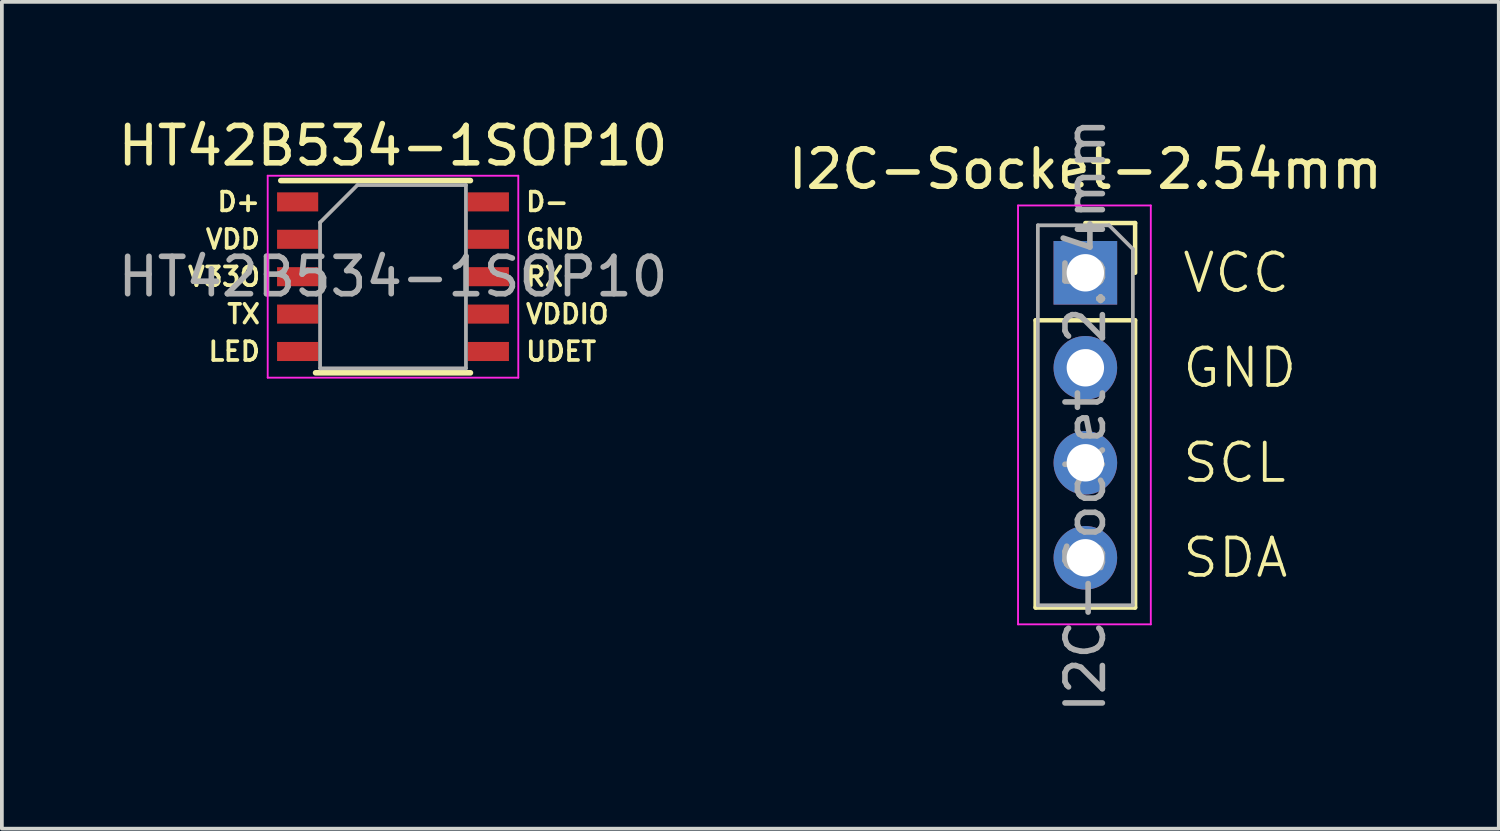
<source format=kicad_pcb>
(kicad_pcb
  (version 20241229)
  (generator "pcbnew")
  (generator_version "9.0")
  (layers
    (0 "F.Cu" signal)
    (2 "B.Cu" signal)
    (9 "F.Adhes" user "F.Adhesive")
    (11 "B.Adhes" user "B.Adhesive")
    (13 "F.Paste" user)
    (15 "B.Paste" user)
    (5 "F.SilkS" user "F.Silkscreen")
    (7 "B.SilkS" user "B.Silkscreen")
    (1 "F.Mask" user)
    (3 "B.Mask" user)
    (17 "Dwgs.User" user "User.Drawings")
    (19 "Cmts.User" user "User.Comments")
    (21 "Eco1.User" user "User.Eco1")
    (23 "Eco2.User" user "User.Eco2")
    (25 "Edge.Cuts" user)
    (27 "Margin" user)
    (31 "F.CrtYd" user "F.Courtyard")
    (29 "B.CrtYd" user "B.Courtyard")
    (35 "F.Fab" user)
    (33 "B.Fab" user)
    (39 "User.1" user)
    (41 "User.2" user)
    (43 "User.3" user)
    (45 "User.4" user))
  (footprint "I2C-Socket-2.54mm"
    (layer "F.Cu")
    (at 25.97 4.244)
    (property "Reference" "I2C-Socket-2.54mm" (at 0 -2.77 0) (layer "F.SilkS") (effects (font (size 1 1) (thickness 0.15))))
    (attr through_hole)
    (fp_line (start -1.33 1.27) (end -1.33 8.95) (stroke (width 0.12) (type solid)) (layer "F.SilkS"))
    (fp_line (start -1.33 1.27) (end 1.33 1.27) (stroke (width 0.12) (type solid)) (layer "F.SilkS"))
    (fp_line (start -1.33 8.95) (end 1.33 8.95) (stroke (width 0.12) (type solid)) (layer "F.SilkS"))
    (fp_line (start 0 -1.33) (end 1.33 -1.33) (stroke (width 0.12) (type solid)) (layer "F.SilkS"))
    (fp_line (start 1.33 -1.33) (end 1.33 0) (stroke (width 0.12) (type solid)) (layer "F.SilkS"))
    (fp_line (start 1.33 1.27) (end 1.33 8.95) (stroke (width 0.12) (type solid)) (layer "F.SilkS"))
    (fp_line (start -1.8 -1.8) (end 1.75 -1.8) (stroke (width 0.05) (type solid)) (layer "F.CrtYd"))
    (fp_line (start -1.8 9.4) (end -1.8 -1.8) (stroke (width 0.05) (type solid)) (layer "F.CrtYd"))
    (fp_line (start 1.75 -1.8) (end 1.75 9.4) (stroke (width 0.05) (type solid)) (layer "F.CrtYd"))
    (fp_line (start 1.75 9.4) (end -1.8 9.4) (stroke (width 0.05) (type solid)) (layer "F.CrtYd"))
    (fp_line (start -1.27 -1.27) (end 0.635 -1.27) (stroke (width 0.1) (type solid)) (layer "F.Fab"))
    (fp_line (start -1.27 8.89) (end -1.27 -1.27) (stroke (width 0.1) (type solid)) (layer "F.Fab"))
    (fp_line (start 0.635 -1.27) (end 1.27 -0.635) (stroke (width 0.1) (type solid)) (layer "F.Fab"))
    (fp_line (start 1.27 -0.635) (end 1.27 8.89) (stroke (width 0.1) (type solid)) (layer "F.Fab"))
    (fp_line (start 1.27 8.89) (end -1.27 8.89) (stroke (width 0.1) (type solid)) (layer "F.Fab"))
    (fp_text user "VCC" (at 2.54 0 0) (unlocked yes) (layer "F.SilkS") (effects (font (size 1 1) (thickness 0.1)) (justify left)))
    (fp_text user "SCL" (at 2.54 5.08 0) (unlocked yes) (layer "F.SilkS") (effects (font (size 1 1) (thickness 0.1)) (justify left)))
    (fp_text user "SDA" (at 2.54 7.62 0) (unlocked yes) (layer "F.SilkS") (effects (font (size 1 1) (thickness 0.1)) (justify left)))
    (fp_text user "GND" (at 2.54 2.54 0) (unlocked yes) (layer "F.SilkS") (effects (font (size 1 1) (thickness 0.1)) (justify left)))
    (fp_text user "${REFERENCE}" (at 0 3.81 270) (layer "F.Fab") (effects (font (size 1 1) (thickness 0.15))))
    (pad "1" thru_hole rect (at 0 0) (size 1.7 1.7) (drill 1) (layers "*.Cu" "*.Mask"))
    (pad "2" thru_hole oval (at 0 2.54) (size 1.7 1.7) (drill 1) (layers "*.Cu" "*.Mask"))
    (pad "3" thru_hole oval (at 0 5.08) (size 1.7 1.7) (drill 1) (layers "*.Cu" "*.Mask"))
    (pad "4" thru_hole oval (at 0 7.62) (size 1.7 1.7) (drill 1) (layers "*.Cu" "*.Mask")))
  (footprint "HT42B534-1SOP10"
    (layer "F.Cu")
    (at 7.458 4.348)
    (property "Reference" "HT42B534-1SOP10" (at 0 -3.5 0) (layer "F.SilkS") (effects (font (size 1 1) (thickness 0.15))))
    (attr smd)
    (fp_line (start -3 -2.57) (end 2.07 -2.57) (stroke (width 0.15) (type solid)) (layer "F.SilkS"))
    (fp_line (start -2.07 2.57) (end 2.07 2.57) (stroke (width 0.15) (type solid)) (layer "F.SilkS"))
    (fp_line (start -3.35 -2.7) (end -3.35 2.7) (stroke (width 0.05) (type solid)) (layer "F.CrtYd"))
    (fp_line (start -3.35 -2.7) (end 3.35 -2.7) (stroke (width 0.05) (type solid)) (layer "F.CrtYd"))
    (fp_line (start -3.35 2.7) (end 3.35 2.7) (stroke (width 0.05) (type solid)) (layer "F.CrtYd"))
    (fp_line (start 3.35 -2.7) (end 3.35 2.7) (stroke (width 0.05) (type solid)) (layer "F.CrtYd"))
    (fp_line (start -1.95 -1.45) (end -0.95 -2.45) (stroke (width 0.1) (type solid)) (layer "F.Fab"))
    (fp_line (start -1.95 2.45) (end -1.95 -1.45) (stroke (width 0.1) (type solid)) (layer "F.Fab"))
    (fp_line (start -0.95 -2.45) (end 1.95 -2.45) (stroke (width 0.1) (type solid)) (layer "F.Fab"))
    (fp_line (start 1.95 -2.45) (end 1.95 2.45) (stroke (width 0.1) (type solid)) (layer "F.Fab"))
    (fp_line (start 1.95 2.45) (end -1.95 2.45) (stroke (width 0.1) (type solid)) (layer "F.Fab"))
    (fp_text user "GND" (at 3.5 -1 0) (layer "F.SilkS") (effects (font (size 0.5 0.5) (thickness 0.1)) (justify left)))
    (fp_text user "TX" (at -3.5 1 0) (layer "F.SilkS") (effects (font (size 0.5 0.5) (thickness 0.1)) (justify right)))
    (fp_text user "VDD" (at -3.5 -1 0) (layer "F.SilkS") (effects (font (size 0.5 0.5) (thickness 0.1)) (justify right)))
    (fp_text user "LED" (at -3.5 2 0) (layer "F.SilkS") (effects (font (size 0.5 0.5) (thickness 0.1)) (justify right)))
    (fp_text user "D-" (at 3.5 -2 0) (layer "F.SilkS") (effects (font (size 0.5 0.5) (thickness 0.1)) (justify left)))
    (fp_text user "V33O" (at -3.5 0 0) (layer "F.SilkS") (effects (font (size 0.5 0.5) (thickness 0.1)) (justify right)))
    (fp_text user "D+" (at -3.5 -2 0) (layer "F.SilkS") (effects (font (size 0.5 0.5) (thickness 0.1)) (justify right)))
    (fp_text user "UDET" (at 3.5 2 0) (layer "F.SilkS") (effects (font (size 0.5 0.5) (thickness 0.1)) (justify left)))
    (fp_text user "RX" (at 3.5 0 0) (layer "F.SilkS") (effects (font (size 0.5 0.5) (thickness 0.1)) (justify left)))
    (fp_text user "VDDIO" (at 3.5 1 0) (layer "F.SilkS") (effects (font (size 0.5 0.5) (thickness 0.1)) (justify left)))
    (fp_text user "${REFERENCE}" (at 0 0 0) (layer "F.Fab") (effects (font (size 1 1) (thickness 0.15))))
    (pad "1" smd rect (at -2.55 -2) (size 1.1 0.51) (layers "F.Cu" "F.Mask" "F.Paste"))
    (pad "2" smd rect (at -2.55 -1) (size 1.1 0.51) (layers "F.Cu" "F.Mask" "F.Paste"))
    (pad "3" smd rect (at -2.55 0) (size 1.1 0.51) (layers "F.Cu" "F.Mask" "F.Paste"))
    (pad "4" smd rect (at -2.55 1) (size 1.1 0.51) (layers "F.Cu" "F.Mask" "F.Paste"))
    (pad "5" smd rect (at -2.55 2) (size 1.1 0.51) (layers "F.Cu" "F.Mask" "F.Paste"))
    (pad "6" smd rect (at 2.55 2) (size 1.1 0.51) (layers "F.Cu" "F.Mask" "F.Paste"))
    (pad "7" smd rect (at 2.55 1) (size 1.1 0.51) (layers "F.Cu" "F.Mask" "F.Paste"))
    (pad "8" smd rect (at 2.55 0) (size 1.1 0.51) (layers "F.Cu" "F.Mask" "F.Paste"))
    (pad "9" smd rect (at 2.55 -1) (size 1.1 0.51) (layers "F.Cu" "F.Mask" "F.Paste"))
    (pad "10" smd rect (at 2.55 -2) (size 1.1 0.51) (layers "F.Cu" "F.Mask" "F.Paste")))
  (gr_rect
    (start -3 -3)
    (end 37.024 19.107)
    (stroke (width 0.1) (type default))
    (fill no)
    (layer "Edge.Cuts")))
</source>
